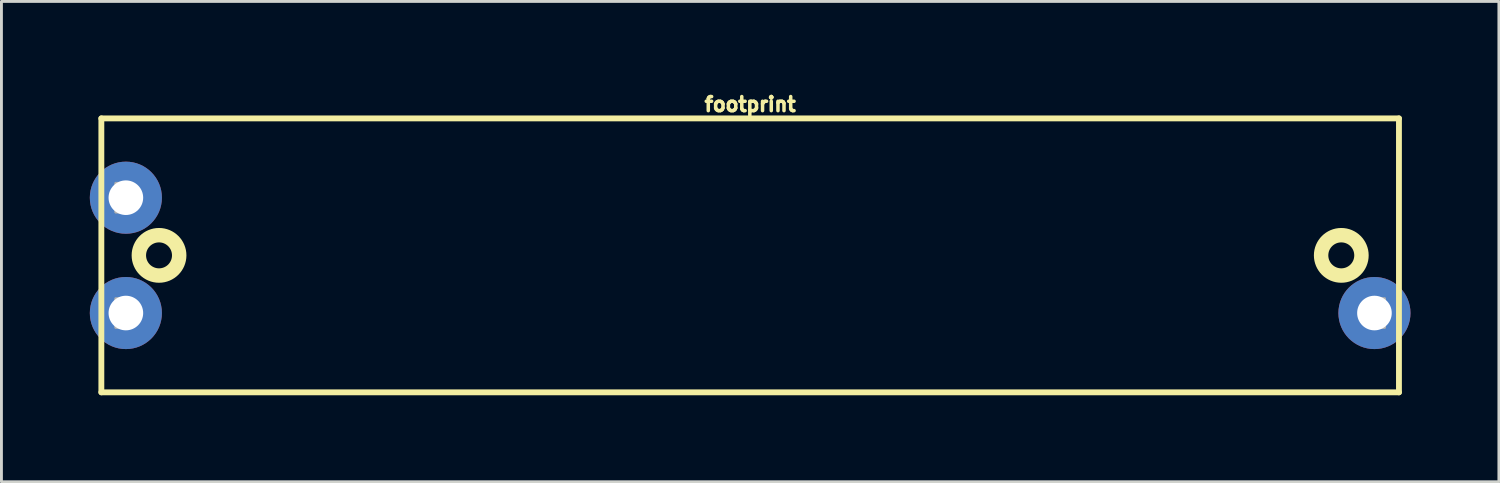
<source format=kicad_pcb>
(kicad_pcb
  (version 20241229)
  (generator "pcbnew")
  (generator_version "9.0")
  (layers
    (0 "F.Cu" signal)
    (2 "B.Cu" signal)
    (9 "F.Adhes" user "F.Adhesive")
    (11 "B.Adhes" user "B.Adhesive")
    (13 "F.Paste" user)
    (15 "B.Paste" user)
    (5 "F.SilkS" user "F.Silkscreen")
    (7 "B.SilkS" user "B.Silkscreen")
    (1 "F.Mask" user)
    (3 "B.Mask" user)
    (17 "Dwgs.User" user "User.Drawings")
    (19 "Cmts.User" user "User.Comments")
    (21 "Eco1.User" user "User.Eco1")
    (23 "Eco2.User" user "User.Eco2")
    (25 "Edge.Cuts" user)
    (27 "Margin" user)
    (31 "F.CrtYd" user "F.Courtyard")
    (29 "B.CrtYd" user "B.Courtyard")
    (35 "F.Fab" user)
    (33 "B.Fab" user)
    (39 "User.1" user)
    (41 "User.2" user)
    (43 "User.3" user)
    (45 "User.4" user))
  (footprint "footprint"
    (layer "F.Cu")
    (at 22.965 5.806)
    (property "Reference" "footprint" (at 0 -4.953 0) (layer "F.SilkS") (effects (font (size 0.488 0.488) (thickness 0.122)) (justify bottom)))
    (fp_circle (center -21.65 -2) (end -21.35 -2) (stroke (width 0.6) (type solid)) (fill yes) (layer "F.Mask"))
    (fp_circle (center -21.65 2) (end -21.35 2) (stroke (width 0.6) (type solid)) (fill yes) (layer "F.Mask"))
    (fp_circle (center 21.65 2) (end 21.95 2) (stroke (width 0.6) (type solid)) (fill yes) (layer "F.Mask"))
    (fp_circle (center -21.65 -2) (end -20.992 -2) (stroke (width 1.315) (type solid)) (fill yes) (layer "B.Mask"))
    (fp_circle (center -21.65 2) (end -20.992 2) (stroke (width 1.315) (type solid)) (fill yes) (layer "B.Mask"))
    (fp_circle (center 21.65 2) (end 22.308 2) (stroke (width 1.315) (type solid)) (fill yes) (layer "B.Mask"))
    (fp_line (start -22.5 -4.75) (end -22.5 4.75) (stroke (width 0.203) (type solid)) (layer "F.SilkS"))
    (fp_line (start -22.5 4.75) (end 22.5 4.75) (stroke (width 0.203) (type solid)) (layer "F.SilkS"))
    (fp_line (start 22.5 -4.75) (end -22.5 -4.75) (stroke (width 0.203) (type solid)) (layer "F.SilkS"))
    (fp_line (start 22.5 4.75) (end 22.5 -4.75) (stroke (width 0.203) (type solid)) (layer "F.SilkS"))
    (fp_circle (center -20.5 0) (end -19.8 0) (stroke (width 0.5) (type solid)) (fill no) (layer "F.SilkS"))
    (fp_circle (center 20.5 0) (end 21.2 0) (stroke (width 0.5) (type solid)) (fill no) (layer "F.SilkS"))
    (fp_poly (pts (xy -22 -1.5) (xy -21.5 -1.5) (xy -21.5 -2.5) (xy -22 -2.5)) (stroke (width 0.1) (type solid)) (fill no) (layer "F.Fab"))
    (fp_poly (pts (xy -22 2.5) (xy -21.5 2.5) (xy -21.5 1.5) (xy -22 1.5)) (stroke (width 0.1) (type solid)) (fill no) (layer "F.Fab"))
    (fp_poly (pts (xy 21.5 2.5) (xy 22 2.5) (xy 22 1.5) (xy 21.5 1.5)) (stroke (width 0.1) (type solid)) (fill no) (layer "F.Fab"))
    (pad "BOTTOM" thru_hole circle (at 21.65 2) (size 2.5 2.5) (drill 1.2) (layers "*.Cu"))
    (pad "TOP" thru_hole circle (at -21.65 2) (size 2.5 2.5) (drill 1.2) (layers "*.Cu"))
    (pad "WIPER" thru_hole circle (at -21.65 -2) (size 2.5 2.5) (drill 1.2) (layers "*.Cu")))
  (gr_rect
    (start -3 -3)
    (end 48.931 13.658)
    (stroke (width 0.1) (type default))
    (fill no)
    (layer "Edge.Cuts")))
</source>
